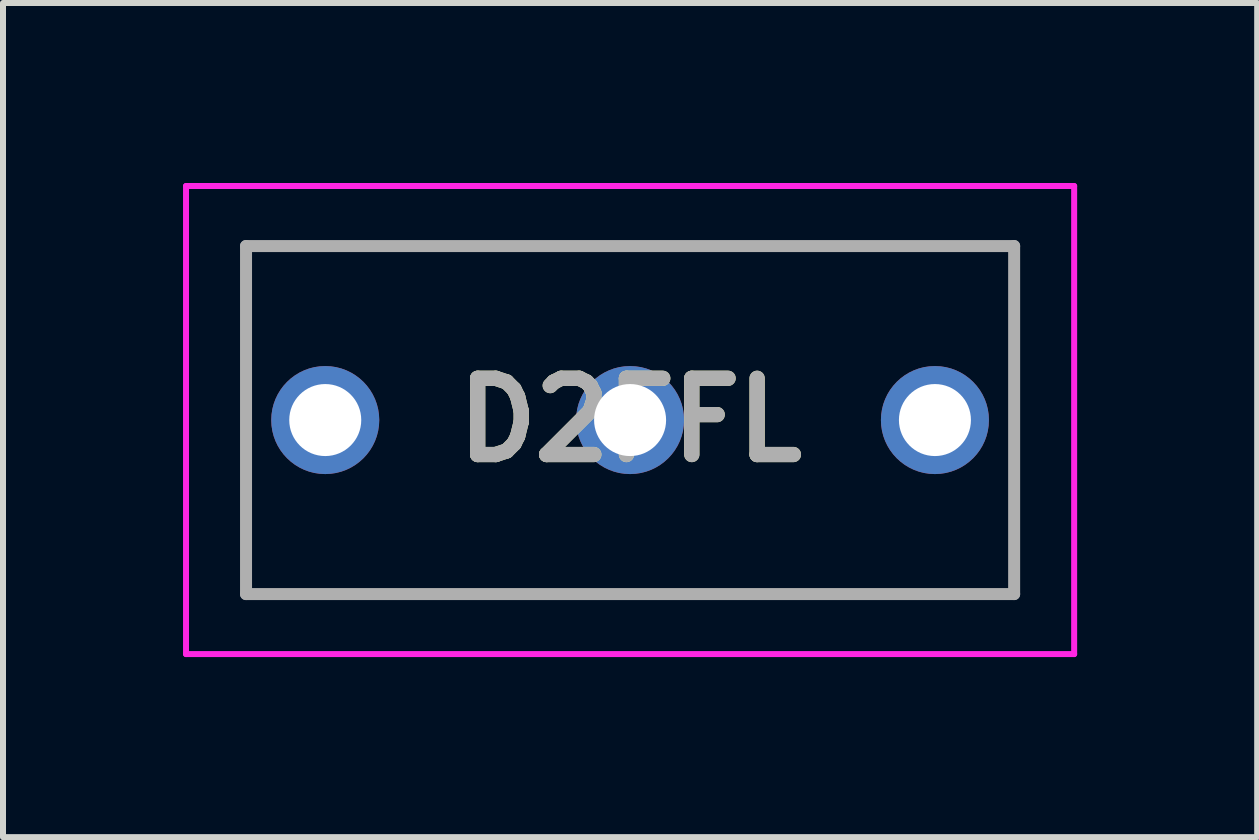
<source format=kicad_pcb>
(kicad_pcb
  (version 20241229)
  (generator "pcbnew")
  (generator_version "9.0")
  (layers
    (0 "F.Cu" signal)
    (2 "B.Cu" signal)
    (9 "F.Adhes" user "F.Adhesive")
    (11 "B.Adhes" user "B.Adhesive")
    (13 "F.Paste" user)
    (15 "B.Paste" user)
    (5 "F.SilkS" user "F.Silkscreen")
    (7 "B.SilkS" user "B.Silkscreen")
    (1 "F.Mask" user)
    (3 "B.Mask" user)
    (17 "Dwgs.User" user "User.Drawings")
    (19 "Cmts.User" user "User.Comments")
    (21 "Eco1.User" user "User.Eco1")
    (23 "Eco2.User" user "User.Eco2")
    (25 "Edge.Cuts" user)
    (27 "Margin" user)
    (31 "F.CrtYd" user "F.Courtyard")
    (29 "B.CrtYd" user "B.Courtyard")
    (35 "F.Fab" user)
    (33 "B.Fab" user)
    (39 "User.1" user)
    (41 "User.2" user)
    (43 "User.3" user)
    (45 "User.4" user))
  (footprint "D2FFL"
    (layer "F.Cu")
    (at 2.37 3.95)
    (property "Reference" "D2FFL" (at 5.08 0 0) (layer "F.SilkS") (effects (font (size 1.27 1.27) (thickness 0.254))))
    (attr through_hole)
    (fp_line (start -1.32 -2.9) (end 11.48 -2.9) (stroke (width 0.1) (type solid)) (layer "F.SilkS"))
    (fp_line (start -1.32 2.9) (end -1.32 -2.9) (stroke (width 0.1) (type solid)) (layer "F.SilkS"))
    (fp_line (start 11.48 -2.9) (end 11.48 2.9) (stroke (width 0.1) (type solid)) (layer "F.SilkS"))
    (fp_line (start 11.48 2.9) (end -1.32 2.9) (stroke (width 0.1) (type solid)) (layer "F.SilkS"))
    (fp_line (start -2.32 -3.9) (end 12.48 -3.9) (stroke (width 0.1) (type solid)) (layer "F.CrtYd"))
    (fp_line (start -2.32 3.9) (end -2.32 -3.9) (stroke (width 0.1) (type solid)) (layer "F.CrtYd"))
    (fp_line (start 12.48 -3.9) (end 12.48 3.9) (stroke (width 0.1) (type solid)) (layer "F.CrtYd"))
    (fp_line (start 12.48 3.9) (end -2.32 3.9) (stroke (width 0.1) (type solid)) (layer "F.CrtYd"))
    (fp_line (start -1.32 -2.9) (end 11.48 -2.9) (stroke (width 0.2) (type solid)) (layer "F.Fab"))
    (fp_line (start -1.32 2.9) (end -1.32 -2.9) (stroke (width 0.2) (type solid)) (layer "F.Fab"))
    (fp_line (start 11.48 -2.9) (end 11.48 2.9) (stroke (width 0.2) (type solid)) (layer "F.Fab"))
    (fp_line (start 11.48 2.9) (end -1.32 2.9) (stroke (width 0.2) (type solid)) (layer "F.Fab"))
    (fp_text user "${REFERENCE}" (at 5.08 0 0) (layer "F.Fab") (effects (font (size 1.27 1.27) (thickness 0.254))))
    (pad "1" thru_hole circle (at 0 0) (size 1.8 1.8) (drill 1.2) (layers "*.Cu" "*.Mask"))
    (pad "2" thru_hole circle (at 5.08 0) (size 1.8 1.8) (drill 1.2) (layers "*.Cu" "*.Mask"))
    (pad "3" thru_hole circle (at 10.16 0) (size 1.8 1.8) (drill 1.2) (layers "*.Cu" "*.Mask")))
  (gr_rect
    (start -3 -3)
    (end 17.9 10.9)
    (stroke (width 0.1) (type default))
    (fill no)
    (layer "Edge.Cuts")))
</source>
